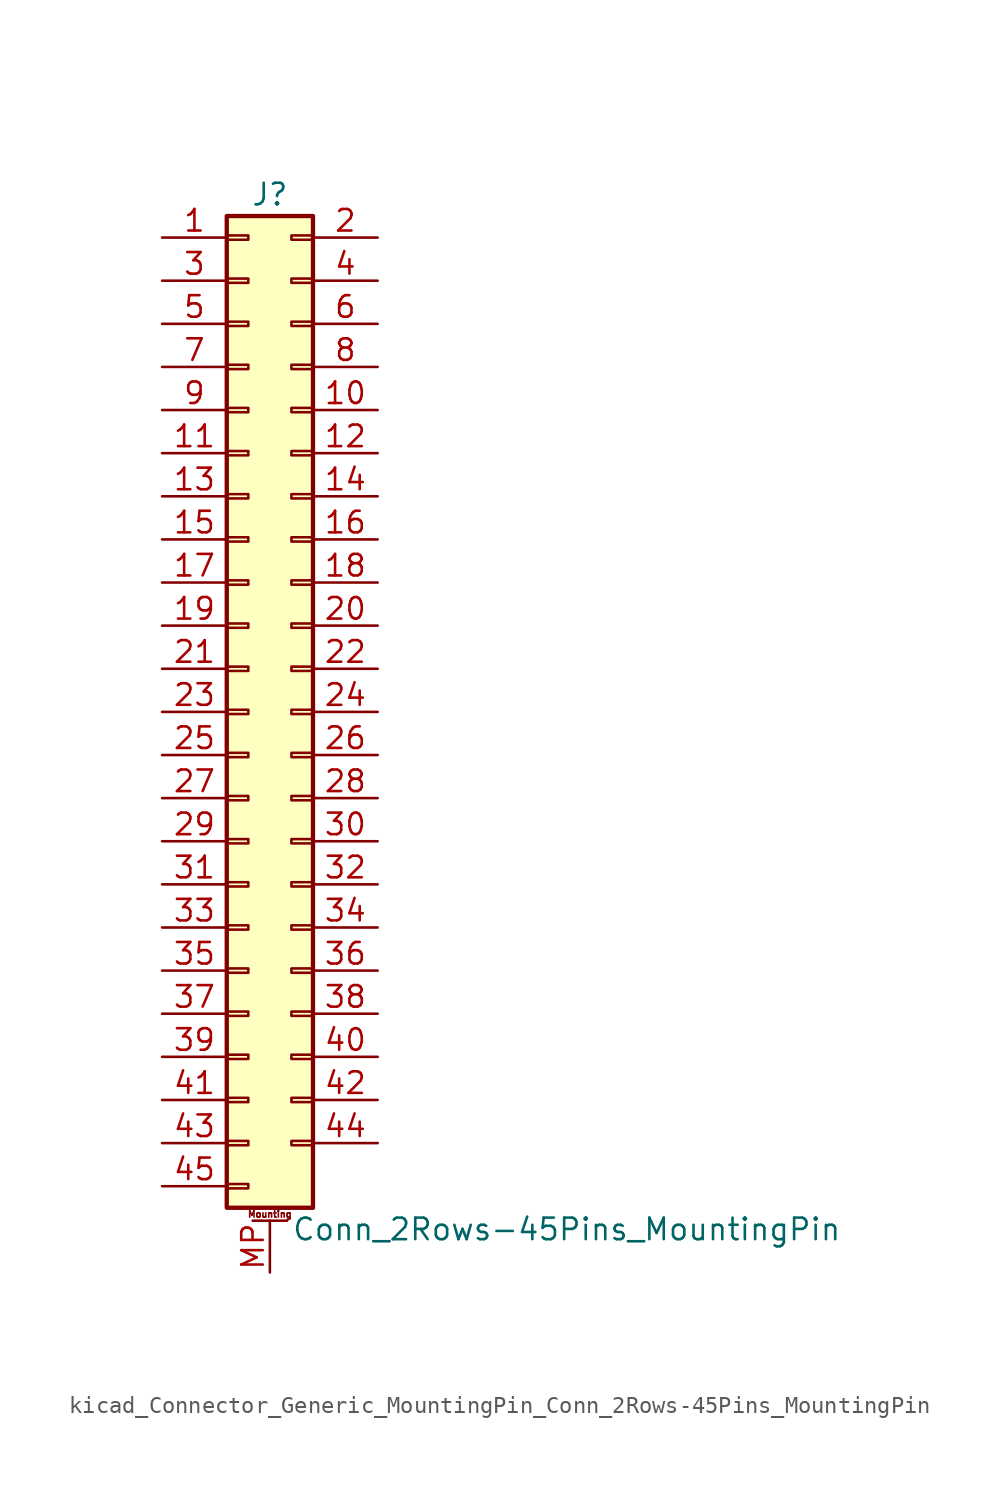
<source format=kicad_sym>
(kicad_symbol_lib
  (version 20220914)
  (generator kicad_symbol_editor)
  (symbol "kicad_Connector_Generic_MountingPin_Conn_2Rows-45Pins_MountingPin"
    (pin_names
      (offset 1.016) hide)
    (property "Reference" "J"
      (at 1.27 30.48 0)
      (effects (font (size 1.27 1.27))))
    (property "Value" "Conn_2Rows-45Pins_MountingPin"
      (at 2.54 -30.48 0)
      (effects (font (size 1.27 1.27)) (justify left)))
    (symbol "kicad_Connector_Generic_MountingPin_Conn_2Rows-45Pins_MountingPin_1_1"
      (rectangle (start -1.27 -27.813) (end 0 -28.067) (stroke (width 0.152) (type default)) (fill (type none)))
      (rectangle (start -1.27 -25.273) (end 0 -25.527) (stroke (width 0.152) (type default)) (fill (type none)))
      (rectangle (start -1.27 -22.733) (end 0 -22.987) (stroke (width 0.152) (type default)) (fill (type none)))
      (rectangle (start -1.27 -20.193) (end 0 -20.447) (stroke (width 0.152) (type default)) (fill (type none)))
      (rectangle (start -1.27 -17.653) (end 0 -17.907) (stroke (width 0.152) (type default)) (fill (type none)))
      (rectangle (start -1.27 -15.113) (end 0 -15.367) (stroke (width 0.152) (type default)) (fill (type none)))
      (rectangle (start -1.27 -12.573) (end 0 -12.827) (stroke (width 0.152) (type default)) (fill (type none)))
      (rectangle (start -1.27 -10.033) (end 0 -10.287) (stroke (width 0.152) (type default)) (fill (type none)))
      (rectangle (start -1.27 -7.493) (end 0 -7.747) (stroke (width 0.152) (type default)) (fill (type none)))
      (rectangle (start -1.27 -4.953) (end 0 -5.207) (stroke (width 0.152) (type default)) (fill (type none)))
      (rectangle (start -1.27 -2.413) (end 0 -2.667) (stroke (width 0.152) (type default)) (fill (type none)))
      (rectangle (start -1.27 0.127) (end 0 -0.127) (stroke (width 0.152) (type default)) (fill (type none)))
      (rectangle (start -1.27 2.667) (end 0 2.413) (stroke (width 0.152) (type default)) (fill (type none)))
      (rectangle (start -1.27 5.207) (end 0 4.953) (stroke (width 0.152) (type default)) (fill (type none)))
      (rectangle (start -1.27 7.747) (end 0 7.493) (stroke (width 0.152) (type default)) (fill (type none)))
      (rectangle (start -1.27 10.287) (end 0 10.033) (stroke (width 0.152) (type default)) (fill (type none)))
      (rectangle (start -1.27 12.827) (end 0 12.573) (stroke (width 0.152) (type default)) (fill (type none)))
      (rectangle (start -1.27 15.367) (end 0 15.113) (stroke (width 0.152) (type default)) (fill (type none)))
      (rectangle (start -1.27 17.907) (end 0 17.653) (stroke (width 0.152) (type default)) (fill (type none)))
      (rectangle (start -1.27 20.447) (end 0 20.193) (stroke (width 0.152) (type default)) (fill (type none)))
      (rectangle (start -1.27 22.987) (end 0 22.733) (stroke (width 0.152) (type default)) (fill (type none)))
      (rectangle (start -1.27 25.527) (end 0 25.273) (stroke (width 0.152) (type default)) (fill (type none)))
      (rectangle (start -1.27 28.067) (end 0 27.813) (stroke (width 0.152) (type default)) (fill (type none)))
      (rectangle (start -1.27 29.21) (end 3.81 -29.21) (stroke (width 0.254) (type default)) (fill (type background)))
      (polyline (pts (xy 0.254 -29.972) (xy 2.286 -29.972)) (stroke (width 0.152) (type default)) (fill (type none)))
      (rectangle (start 3.81 -25.273) (end 2.54 -25.527) (stroke (width 0.152) (type default)) (fill (type none)))
      (rectangle (start 3.81 -22.733) (end 2.54 -22.987) (stroke (width 0.152) (type default)) (fill (type none)))
      (rectangle (start 3.81 -20.193) (end 2.54 -20.447) (stroke (width 0.152) (type default)) (fill (type none)))
      (rectangle (start 3.81 -17.653) (end 2.54 -17.907) (stroke (width 0.152) (type default)) (fill (type none)))
      (rectangle (start 3.81 -15.113) (end 2.54 -15.367) (stroke (width 0.152) (type default)) (fill (type none)))
      (rectangle (start 3.81 -12.573) (end 2.54 -12.827) (stroke (width 0.152) (type default)) (fill (type none)))
      (rectangle (start 3.81 -10.033) (end 2.54 -10.287) (stroke (width 0.152) (type default)) (fill (type none)))
      (rectangle (start 3.81 -7.493) (end 2.54 -7.747) (stroke (width 0.152) (type default)) (fill (type none)))
      (rectangle (start 3.81 -4.953) (end 2.54 -5.207) (stroke (width 0.152) (type default)) (fill (type none)))
      (rectangle (start 3.81 -2.413) (end 2.54 -2.667) (stroke (width 0.152) (type default)) (fill (type none)))
      (rectangle (start 3.81 0.127) (end 2.54 -0.127) (stroke (width 0.152) (type default)) (fill (type none)))
      (rectangle (start 3.81 2.667) (end 2.54 2.413) (stroke (width 0.152) (type default)) (fill (type none)))
      (rectangle (start 3.81 5.207) (end 2.54 4.953) (stroke (width 0.152) (type default)) (fill (type none)))
      (rectangle (start 3.81 7.747) (end 2.54 7.493) (stroke (width 0.152) (type default)) (fill (type none)))
      (rectangle (start 3.81 10.287) (end 2.54 10.033) (stroke (width 0.152) (type default)) (fill (type none)))
      (rectangle (start 3.81 12.827) (end 2.54 12.573) (stroke (width 0.152) (type default)) (fill (type none)))
      (rectangle (start 3.81 15.367) (end 2.54 15.113) (stroke (width 0.152) (type default)) (fill (type none)))
      (rectangle (start 3.81 17.907) (end 2.54 17.653) (stroke (width 0.152) (type default)) (fill (type none)))
      (rectangle (start 3.81 20.447) (end 2.54 20.193) (stroke (width 0.152) (type default)) (fill (type none)))
      (rectangle (start 3.81 22.987) (end 2.54 22.733) (stroke (width 0.152) (type default)) (fill (type none)))
      (rectangle (start 3.81 25.527) (end 2.54 25.273) (stroke (width 0.152) (type default)) (fill (type none)))
      (rectangle (start 3.81 28.067) (end 2.54 27.813) (stroke (width 0.152) (type default)) (fill (type none)))
      (text "Mounting" (at 1.27 -29.591 0) (effects (font (size 0.381 0.381))))
      (pin passive line (at -5.08 27.94 0) (length 3.81) (name "Pin_1" (effects (font (size 1.27 1.27)))) (number "1" (effects (font (size 1.27 1.27)))))
      (pin passive line (at 7.62 17.78 180) (length 3.81) (name "Pin_10" (effects (font (size 1.27 1.27)))) (number "10" (effects (font (size 1.27 1.27)))))
      (pin passive line (at -5.08 15.24 0) (length 3.81) (name "Pin_11" (effects (font (size 1.27 1.27)))) (number "11" (effects (font (size 1.27 1.27)))))
      (pin passive line (at 7.62 15.24 180) (length 3.81) (name "Pin_12" (effects (font (size 1.27 1.27)))) (number "12" (effects (font (size 1.27 1.27)))))
      (pin passive line (at -5.08 12.7 0) (length 3.81) (name "Pin_13" (effects (font (size 1.27 1.27)))) (number "13" (effects (font (size 1.27 1.27)))))
      (pin passive line (at 7.62 12.7 180) (length 3.81) (name "Pin_14" (effects (font (size 1.27 1.27)))) (number "14" (effects (font (size 1.27 1.27)))))
      (pin passive line (at -5.08 10.16 0) (length 3.81) (name "Pin_15" (effects (font (size 1.27 1.27)))) (number "15" (effects (font (size 1.27 1.27)))))
      (pin passive line (at 7.62 10.16 180) (length 3.81) (name "Pin_16" (effects (font (size 1.27 1.27)))) (number "16" (effects (font (size 1.27 1.27)))))
      (pin passive line (at -5.08 7.62 0) (length 3.81) (name "Pin_17" (effects (font (size 1.27 1.27)))) (number "17" (effects (font (size 1.27 1.27)))))
      (pin passive line (at 7.62 7.62 180) (length 3.81) (name "Pin_18" (effects (font (size 1.27 1.27)))) (number "18" (effects (font (size 1.27 1.27)))))
      (pin passive line (at -5.08 5.08 0) (length 3.81) (name "Pin_19" (effects (font (size 1.27 1.27)))) (number "19" (effects (font (size 1.27 1.27)))))
      (pin passive line (at 7.62 27.94 180) (length 3.81) (name "Pin_2" (effects (font (size 1.27 1.27)))) (number "2" (effects (font (size 1.27 1.27)))))
      (pin passive line (at 7.62 5.08 180) (length 3.81) (name "Pin_20" (effects (font (size 1.27 1.27)))) (number "20" (effects (font (size 1.27 1.27)))))
      (pin passive line (at -5.08 2.54 0) (length 3.81) (name "Pin_21" (effects (font (size 1.27 1.27)))) (number "21" (effects (font (size 1.27 1.27)))))
      (pin passive line (at 7.62 2.54 180) (length 3.81) (name "Pin_22" (effects (font (size 1.27 1.27)))) (number "22" (effects (font (size 1.27 1.27)))))
      (pin passive line (at -5.08 0 0) (length 3.81) (name "Pin_23" (effects (font (size 1.27 1.27)))) (number "23" (effects (font (size 1.27 1.27)))))
      (pin passive line (at 7.62 0 180) (length 3.81) (name "Pin_24" (effects (font (size 1.27 1.27)))) (number "24" (effects (font (size 1.27 1.27)))))
      (pin passive line (at -5.08 -2.54 0) (length 3.81) (name "Pin_25" (effects (font (size 1.27 1.27)))) (number "25" (effects (font (size 1.27 1.27)))))
      (pin passive line (at 7.62 -2.54 180) (length 3.81) (name "Pin_26" (effects (font (size 1.27 1.27)))) (number "26" (effects (font (size 1.27 1.27)))))
      (pin passive line (at -5.08 -5.08 0) (length 3.81) (name "Pin_27" (effects (font (size 1.27 1.27)))) (number "27" (effects (font (size 1.27 1.27)))))
      (pin passive line (at 7.62 -5.08 180) (length 3.81) (name "Pin_28" (effects (font (size 1.27 1.27)))) (number "28" (effects (font (size 1.27 1.27)))))
      (pin passive line (at -5.08 -7.62 0) (length 3.81) (name "Pin_29" (effects (font (size 1.27 1.27)))) (number "29" (effects (font (size 1.27 1.27)))))
      (pin passive line (at -5.08 25.4 0) (length 3.81) (name "Pin_3" (effects (font (size 1.27 1.27)))) (number "3" (effects (font (size 1.27 1.27)))))
      (pin passive line (at 7.62 -7.62 180) (length 3.81) (name "Pin_30" (effects (font (size 1.27 1.27)))) (number "30" (effects (font (size 1.27 1.27)))))
      (pin passive line (at -5.08 -10.16 0) (length 3.81) (name "Pin_31" (effects (font (size 1.27 1.27)))) (number "31" (effects (font (size 1.27 1.27)))))
      (pin passive line (at 7.62 -10.16 180) (length 3.81) (name "Pin_32" (effects (font (size 1.27 1.27)))) (number "32" (effects (font (size 1.27 1.27)))))
      (pin passive line (at -5.08 -12.7 0) (length 3.81) (name "Pin_33" (effects (font (size 1.27 1.27)))) (number "33" (effects (font (size 1.27 1.27)))))
      (pin passive line (at 7.62 -12.7 180) (length 3.81) (name "Pin_34" (effects (font (size 1.27 1.27)))) (number "34" (effects (font (size 1.27 1.27)))))
      (pin passive line (at -5.08 -15.24 0) (length 3.81) (name "Pin_35" (effects (font (size 1.27 1.27)))) (number "35" (effects (font (size 1.27 1.27)))))
      (pin passive line (at 7.62 -15.24 180) (length 3.81) (name "Pin_36" (effects (font (size 1.27 1.27)))) (number "36" (effects (font (size 1.27 1.27)))))
      (pin passive line (at -5.08 -17.78 0) (length 3.81) (name "Pin_37" (effects (font (size 1.27 1.27)))) (number "37" (effects (font (size 1.27 1.27)))))
      (pin passive line (at 7.62 -17.78 180) (length 3.81) (name "Pin_38" (effects (font (size 1.27 1.27)))) (number "38" (effects (font (size 1.27 1.27)))))
      (pin passive line (at -5.08 -20.32 0) (length 3.81) (name "Pin_39" (effects (font (size 1.27 1.27)))) (number "39" (effects (font (size 1.27 1.27)))))
      (pin passive line (at 7.62 25.4 180) (length 3.81) (name "Pin_4" (effects (font (size 1.27 1.27)))) (number "4" (effects (font (size 1.27 1.27)))))
      (pin passive line (at 7.62 -20.32 180) (length 3.81) (name "Pin_40" (effects (font (size 1.27 1.27)))) (number "40" (effects (font (size 1.27 1.27)))))
      (pin passive line (at -5.08 -22.86 0) (length 3.81) (name "Pin_41" (effects (font (size 1.27 1.27)))) (number "41" (effects (font (size 1.27 1.27)))))
      (pin passive line (at 7.62 -22.86 180) (length 3.81) (name "Pin_42" (effects (font (size 1.27 1.27)))) (number "42" (effects (font (size 1.27 1.27)))))
      (pin passive line (at -5.08 -25.4 0) (length 3.81) (name "Pin_43" (effects (font (size 1.27 1.27)))) (number "43" (effects (font (size 1.27 1.27)))))
      (pin passive line (at 7.62 -25.4 180) (length 3.81) (name "Pin_44" (effects (font (size 1.27 1.27)))) (number "44" (effects (font (size 1.27 1.27)))))
      (pin passive line (at -5.08 -27.94 0) (length 3.81) (name "Pin_45" (effects (font (size 1.27 1.27)))) (number "45" (effects (font (size 1.27 1.27)))))
      (pin passive line (at -5.08 22.86 0) (length 3.81) (name "Pin_5" (effects (font (size 1.27 1.27)))) (number "5" (effects (font (size 1.27 1.27)))))
      (pin passive line (at 7.62 22.86 180) (length 3.81) (name "Pin_6" (effects (font (size 1.27 1.27)))) (number "6" (effects (font (size 1.27 1.27)))))
      (pin passive line (at -5.08 20.32 0) (length 3.81) (name "Pin_7" (effects (font (size 1.27 1.27)))) (number "7" (effects (font (size 1.27 1.27)))))
      (pin passive line (at 7.62 20.32 180) (length 3.81) (name "Pin_8" (effects (font (size 1.27 1.27)))) (number "8" (effects (font (size 1.27 1.27)))))
      (pin passive line (at -5.08 17.78 0) (length 3.81) (name "Pin_9" (effects (font (size 1.27 1.27)))) (number "9" (effects (font (size 1.27 1.27)))))
      (pin passive line (at 1.27 -33.02 90) (length 3.048) (name "MountPin" (effects (font (size 1.27 1.27)))) (number "MP" (effects (font (size 1.27 1.27))))))))
</source>
